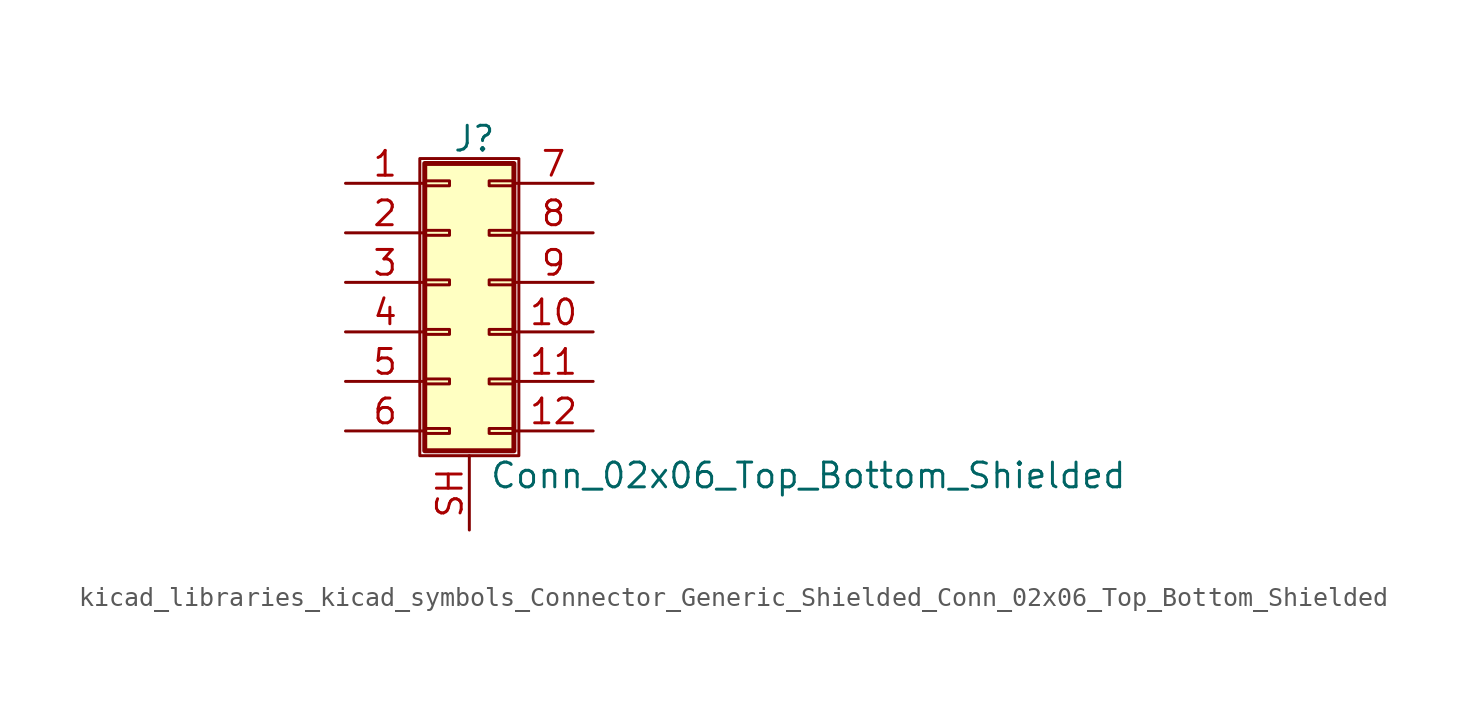
<source format=kicad_sym>
(kicad_symbol_lib
  (version 20220914)
  (generator kicad_symbol_editor)
  (symbol "kicad_libraries_kicad_symbols_Connector_Generic_Shielded_Conn_02x06_Top_Bottom_Shielded"
    (pin_names
      (offset 1.016) hide)
    (property "Reference" "J"
      (at 1.524 7.366 0)
      (effects (font (size 1.27 1.27))))
    (property "Value" "Conn_02x06_Top_Bottom_Shielded"
      (at 2.286 -9.906 0)
      (effects (font (size 1.27 1.27)) (justify left)))
    (symbol "kicad_libraries_kicad_symbols_Connector_Generic_Shielded_Conn_02x06_Top_Bottom_Shielded_1_1"
      (rectangle (start -1.27 6.35) (end 3.81 -8.89) (stroke (width 0.152) (type default)) (fill (type none)))
      (rectangle (start -1.016 -7.493) (end 0.254 -7.747) (stroke (width 0.152) (type default)) (fill (type none)))
      (rectangle (start -1.016 -4.953) (end 0.254 -5.207) (stroke (width 0.152) (type default)) (fill (type none)))
      (rectangle (start -1.016 -2.413) (end 0.254 -2.667) (stroke (width 0.152) (type default)) (fill (type none)))
      (rectangle (start -1.016 0.127) (end 0.254 -0.127) (stroke (width 0.152) (type default)) (fill (type none)))
      (rectangle (start -1.016 2.667) (end 0.254 2.413) (stroke (width 0.152) (type default)) (fill (type none)))
      (rectangle (start -1.016 5.207) (end 0.254 4.953) (stroke (width 0.152) (type default)) (fill (type none)))
      (rectangle (start -1.016 6.096) (end 3.556 -8.636) (stroke (width 0.254) (type default)) (fill (type background)))
      (rectangle (start 3.556 -7.493) (end 2.286 -7.747) (stroke (width 0.152) (type default)) (fill (type none)))
      (rectangle (start 3.556 -4.953) (end 2.286 -5.207) (stroke (width 0.152) (type default)) (fill (type none)))
      (rectangle (start 3.556 -2.413) (end 2.286 -2.667) (stroke (width 0.152) (type default)) (fill (type none)))
      (rectangle (start 3.556 0.127) (end 2.286 -0.127) (stroke (width 0.152) (type default)) (fill (type none)))
      (rectangle (start 3.556 2.667) (end 2.286 2.413) (stroke (width 0.152) (type default)) (fill (type none)))
      (rectangle (start 3.556 5.207) (end 2.286 4.953) (stroke (width 0.152) (type default)) (fill (type none)))
      (pin passive line (at -5.08 5.08 0) (length 4.064) (name "Pin_1" (effects (font (size 1.27 1.27)))) (number "1" (effects (font (size 1.27 1.27)))))
      (pin passive line (at 7.62 -2.54 180) (length 4.064) (name "Pin_10" (effects (font (size 1.27 1.27)))) (number "10" (effects (font (size 1.27 1.27)))))
      (pin passive line (at 7.62 -5.08 180) (length 4.064) (name "Pin_11" (effects (font (size 1.27 1.27)))) (number "11" (effects (font (size 1.27 1.27)))))
      (pin passive line (at 7.62 -7.62 180) (length 4.064) (name "Pin_12" (effects (font (size 1.27 1.27)))) (number "12" (effects (font (size 1.27 1.27)))))
      (pin passive line (at -5.08 2.54 0) (length 4.064) (name "Pin_2" (effects (font (size 1.27 1.27)))) (number "2" (effects (font (size 1.27 1.27)))))
      (pin passive line (at -5.08 0 0) (length 4.064) (name "Pin_3" (effects (font (size 1.27 1.27)))) (number "3" (effects (font (size 1.27 1.27)))))
      (pin passive line (at -5.08 -2.54 0) (length 4.064) (name "Pin_4" (effects (font (size 1.27 1.27)))) (number "4" (effects (font (size 1.27 1.27)))))
      (pin passive line (at -5.08 -5.08 0) (length 4.064) (name "Pin_5" (effects (font (size 1.27 1.27)))) (number "5" (effects (font (size 1.27 1.27)))))
      (pin passive line (at -5.08 -7.62 0) (length 4.064) (name "Pin_6" (effects (font (size 1.27 1.27)))) (number "6" (effects (font (size 1.27 1.27)))))
      (pin passive line (at 7.62 5.08 180) (length 4.064) (name "Pin_7" (effects (font (size 1.27 1.27)))) (number "7" (effects (font (size 1.27 1.27)))))
      (pin passive line (at 7.62 2.54 180) (length 4.064) (name "Pin_8" (effects (font (size 1.27 1.27)))) (number "8" (effects (font (size 1.27 1.27)))))
      (pin passive line (at 7.62 0 180) (length 4.064) (name "Pin_9" (effects (font (size 1.27 1.27)))) (number "9" (effects (font (size 1.27 1.27)))))
      (pin passive line (at 1.27 -12.7 90) (length 3.81) (name "Shield" (effects (font (size 1.27 1.27)))) (number "SH" (effects (font (size 1.27 1.27))))))))
</source>
